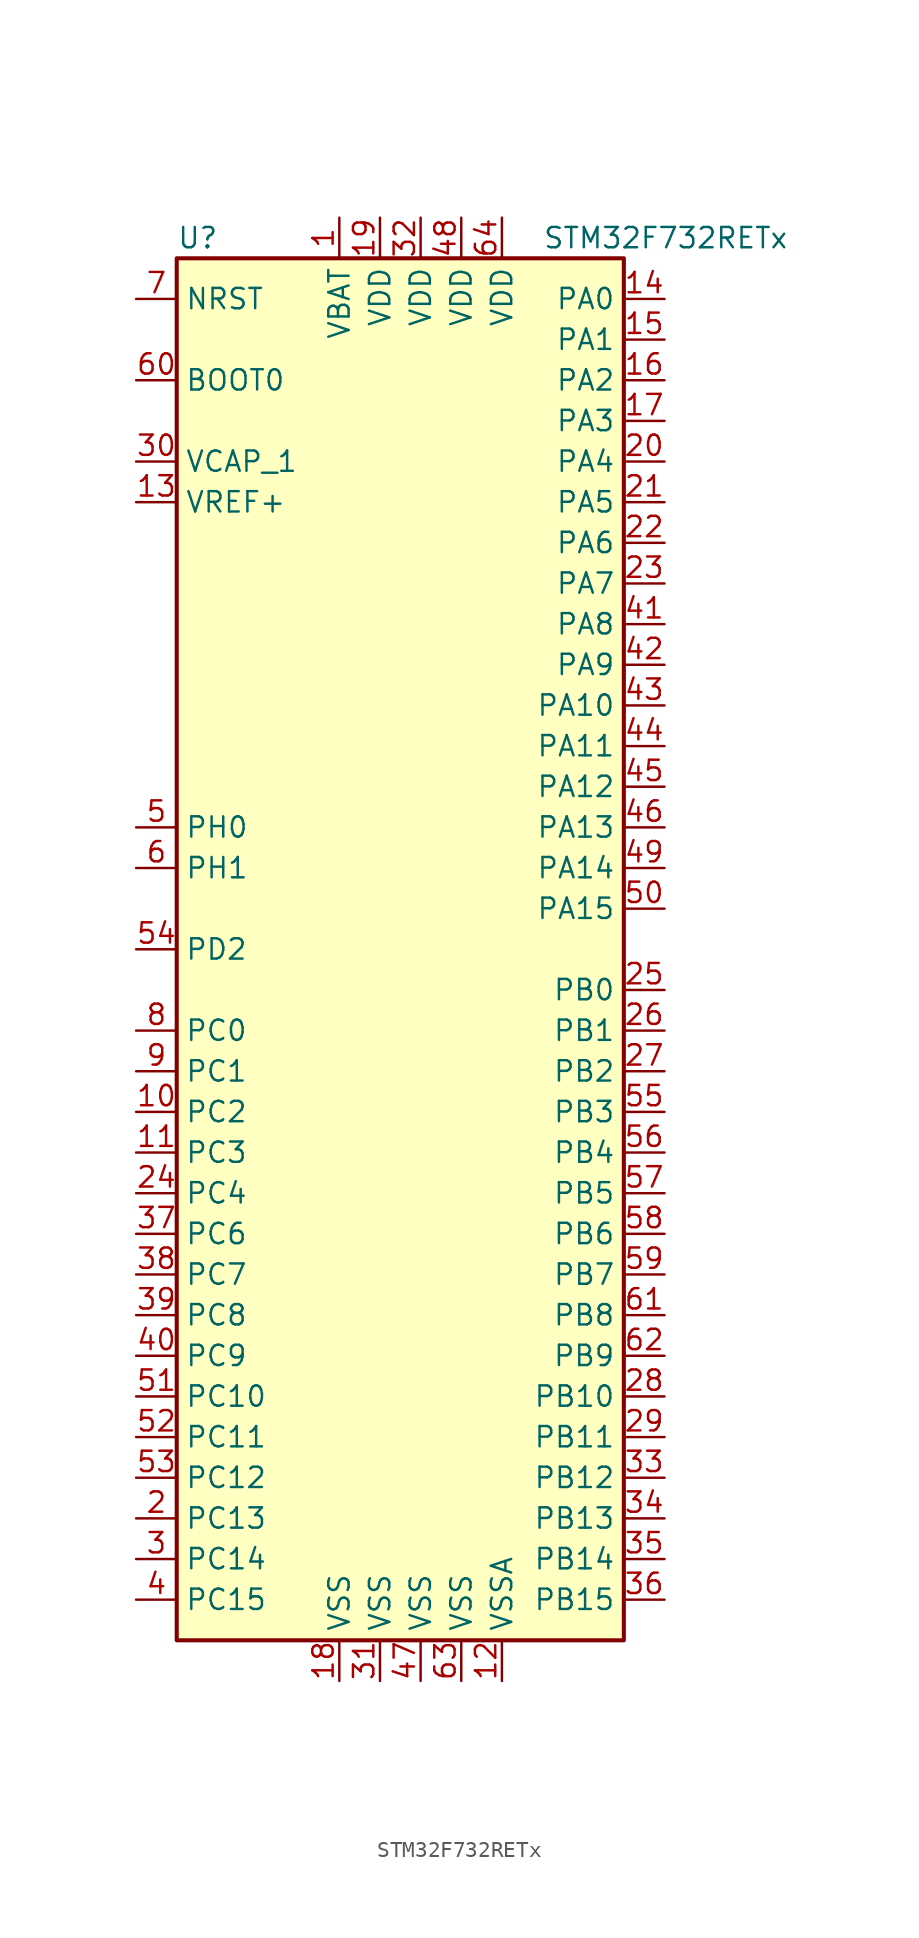
<source format=kicad_sym>
(kicad_symbol_lib
  (version 20201005)
  (generator kicad_symbol_editor)
  (symbol "STM32F732RETx"
    (property "Reference" "U"
      (at -15.24 44.45 0)
      (effects (font (size 1.27 1.27)) (justify left)))
    (property "Value" "STM32F732RETx"
      (at 7.62 44.45 0)
      (effects (font (size 1.27 1.27)) (justify left)))
    (symbol "STM32F732RETx_0_1"
      (rectangle (start -15.24 -43.18) (end 12.7 43.18) (stroke (width 0.254)) (fill (type background))))
    (symbol "STM32F732RETx_1_1"
      (pin input line (at -17.78 35.56 0) (length 2.54) (name "BOOT0" (effects (font (size 1.27 1.27)))) (number "60" (effects (font (size 1.27 1.27)))))
      (pin input line (at -17.78 40.64 0) (length 2.54) (name "NRST" (effects (font (size 1.27 1.27)))) (number "7" (effects (font (size 1.27 1.27)))))
      (pin bidirectional line (at 15.24 40.64 180) (length 2.54) (name "PA0" (effects (font (size 1.27 1.27)))) (number "14" (effects (font (size 1.27 1.27)))))
      (pin bidirectional line (at 15.24 38.1 180) (length 2.54) (name "PA1" (effects (font (size 1.27 1.27)))) (number "15" (effects (font (size 1.27 1.27)))))
      (pin bidirectional line (at 15.24 15.24 180) (length 2.54) (name "PA10" (effects (font (size 1.27 1.27)))) (number "43" (effects (font (size 1.27 1.27)))))
      (pin bidirectional line (at 15.24 12.7 180) (length 2.54) (name "PA11" (effects (font (size 1.27 1.27)))) (number "44" (effects (font (size 1.27 1.27)))))
      (pin bidirectional line (at 15.24 10.16 180) (length 2.54) (name "PA12" (effects (font (size 1.27 1.27)))) (number "45" (effects (font (size 1.27 1.27)))))
      (pin bidirectional line (at 15.24 7.62 180) (length 2.54) (name "PA13" (effects (font (size 1.27 1.27)))) (number "46" (effects (font (size 1.27 1.27)))))
      (pin bidirectional line (at 15.24 5.08 180) (length 2.54) (name "PA14" (effects (font (size 1.27 1.27)))) (number "49" (effects (font (size 1.27 1.27)))))
      (pin bidirectional line (at 15.24 2.54 180) (length 2.54) (name "PA15" (effects (font (size 1.27 1.27)))) (number "50" (effects (font (size 1.27 1.27)))))
      (pin bidirectional line (at 15.24 35.56 180) (length 2.54) (name "PA2" (effects (font (size 1.27 1.27)))) (number "16" (effects (font (size 1.27 1.27)))))
      (pin bidirectional line (at 15.24 33.02 180) (length 2.54) (name "PA3" (effects (font (size 1.27 1.27)))) (number "17" (effects (font (size 1.27 1.27)))))
      (pin bidirectional line (at 15.24 30.48 180) (length 2.54) (name "PA4" (effects (font (size 1.27 1.27)))) (number "20" (effects (font (size 1.27 1.27)))))
      (pin bidirectional line (at 15.24 27.94 180) (length 2.54) (name "PA5" (effects (font (size 1.27 1.27)))) (number "21" (effects (font (size 1.27 1.27)))))
      (pin bidirectional line (at 15.24 25.4 180) (length 2.54) (name "PA6" (effects (font (size 1.27 1.27)))) (number "22" (effects (font (size 1.27 1.27)))))
      (pin bidirectional line (at 15.24 22.86 180) (length 2.54) (name "PA7" (effects (font (size 1.27 1.27)))) (number "23" (effects (font (size 1.27 1.27)))))
      (pin bidirectional line (at 15.24 20.32 180) (length 2.54) (name "PA8" (effects (font (size 1.27 1.27)))) (number "41" (effects (font (size 1.27 1.27)))))
      (pin bidirectional line (at 15.24 17.78 180) (length 2.54) (name "PA9" (effects (font (size 1.27 1.27)))) (number "42" (effects (font (size 1.27 1.27)))))
      (pin bidirectional line (at 15.24 -2.54 180) (length 2.54) (name "PB0" (effects (font (size 1.27 1.27)))) (number "25" (effects (font (size 1.27 1.27)))))
      (pin bidirectional line (at 15.24 -5.08 180) (length 2.54) (name "PB1" (effects (font (size 1.27 1.27)))) (number "26" (effects (font (size 1.27 1.27)))))
      (pin bidirectional line (at 15.24 -27.94 180) (length 2.54) (name "PB10" (effects (font (size 1.27 1.27)))) (number "28" (effects (font (size 1.27 1.27)))))
      (pin bidirectional line (at 15.24 -30.48 180) (length 2.54) (name "PB11" (effects (font (size 1.27 1.27)))) (number "29" (effects (font (size 1.27 1.27)))))
      (pin bidirectional line (at 15.24 -33.02 180) (length 2.54) (name "PB12" (effects (font (size 1.27 1.27)))) (number "33" (effects (font (size 1.27 1.27)))))
      (pin bidirectional line (at 15.24 -35.56 180) (length 2.54) (name "PB13" (effects (font (size 1.27 1.27)))) (number "34" (effects (font (size 1.27 1.27)))))
      (pin bidirectional line (at 15.24 -38.1 180) (length 2.54) (name "PB14" (effects (font (size 1.27 1.27)))) (number "35" (effects (font (size 1.27 1.27)))))
      (pin bidirectional line (at 15.24 -40.64 180) (length 2.54) (name "PB15" (effects (font (size 1.27 1.27)))) (number "36" (effects (font (size 1.27 1.27)))))
      (pin bidirectional line (at 15.24 -7.62 180) (length 2.54) (name "PB2" (effects (font (size 1.27 1.27)))) (number "27" (effects (font (size 1.27 1.27)))))
      (pin bidirectional line (at 15.24 -10.16 180) (length 2.54) (name "PB3" (effects (font (size 1.27 1.27)))) (number "55" (effects (font (size 1.27 1.27)))))
      (pin bidirectional line (at 15.24 -12.7 180) (length 2.54) (name "PB4" (effects (font (size 1.27 1.27)))) (number "56" (effects (font (size 1.27 1.27)))))
      (pin bidirectional line (at 15.24 -15.24 180) (length 2.54) (name "PB5" (effects (font (size 1.27 1.27)))) (number "57" (effects (font (size 1.27 1.27)))))
      (pin bidirectional line (at 15.24 -17.78 180) (length 2.54) (name "PB6" (effects (font (size 1.27 1.27)))) (number "58" (effects (font (size 1.27 1.27)))))
      (pin bidirectional line (at 15.24 -20.32 180) (length 2.54) (name "PB7" (effects (font (size 1.27 1.27)))) (number "59" (effects (font (size 1.27 1.27)))))
      (pin bidirectional line (at 15.24 -22.86 180) (length 2.54) (name "PB8" (effects (font (size 1.27 1.27)))) (number "61" (effects (font (size 1.27 1.27)))))
      (pin bidirectional line (at 15.24 -25.4 180) (length 2.54) (name "PB9" (effects (font (size 1.27 1.27)))) (number "62" (effects (font (size 1.27 1.27)))))
      (pin bidirectional line (at -17.78 -5.08 0) (length 2.54) (name "PC0" (effects (font (size 1.27 1.27)))) (number "8" (effects (font (size 1.27 1.27)))))
      (pin bidirectional line (at -17.78 -7.62 0) (length 2.54) (name "PC1" (effects (font (size 1.27 1.27)))) (number "9" (effects (font (size 1.27 1.27)))))
      (pin bidirectional line (at -17.78 -27.94 0) (length 2.54) (name "PC10" (effects (font (size 1.27 1.27)))) (number "51" (effects (font (size 1.27 1.27)))))
      (pin bidirectional line (at -17.78 -30.48 0) (length 2.54) (name "PC11" (effects (font (size 1.27 1.27)))) (number "52" (effects (font (size 1.27 1.27)))))
      (pin bidirectional line (at -17.78 -33.02 0) (length 2.54) (name "PC12" (effects (font (size 1.27 1.27)))) (number "53" (effects (font (size 1.27 1.27)))))
      (pin bidirectional line (at -17.78 -35.56 0) (length 2.54) (name "PC13" (effects (font (size 1.27 1.27)))) (number "2" (effects (font (size 1.27 1.27)))))
      (pin bidirectional line (at -17.78 -38.1 0) (length 2.54) (name "PC14" (effects (font (size 1.27 1.27)))) (number "3" (effects (font (size 1.27 1.27)))))
      (pin bidirectional line (at -17.78 -40.64 0) (length 2.54) (name "PC15" (effects (font (size 1.27 1.27)))) (number "4" (effects (font (size 1.27 1.27)))))
      (pin bidirectional line (at -17.78 -10.16 0) (length 2.54) (name "PC2" (effects (font (size 1.27 1.27)))) (number "10" (effects (font (size 1.27 1.27)))))
      (pin bidirectional line (at -17.78 -12.7 0) (length 2.54) (name "PC3" (effects (font (size 1.27 1.27)))) (number "11" (effects (font (size 1.27 1.27)))))
      (pin bidirectional line (at -17.78 -15.24 0) (length 2.54) (name "PC4" (effects (font (size 1.27 1.27)))) (number "24" (effects (font (size 1.27 1.27)))))
      (pin bidirectional line (at -17.78 -17.78 0) (length 2.54) (name "PC6" (effects (font (size 1.27 1.27)))) (number "37" (effects (font (size 1.27 1.27)))))
      (pin bidirectional line (at -17.78 -20.32 0) (length 2.54) (name "PC7" (effects (font (size 1.27 1.27)))) (number "38" (effects (font (size 1.27 1.27)))))
      (pin bidirectional line (at -17.78 -22.86 0) (length 2.54) (name "PC8" (effects (font (size 1.27 1.27)))) (number "39" (effects (font (size 1.27 1.27)))))
      (pin bidirectional line (at -17.78 -25.4 0) (length 2.54) (name "PC9" (effects (font (size 1.27 1.27)))) (number "40" (effects (font (size 1.27 1.27)))))
      (pin bidirectional line (at -17.78 0 0) (length 2.54) (name "PD2" (effects (font (size 1.27 1.27)))) (number "54" (effects (font (size 1.27 1.27)))))
      (pin input line (at -17.78 7.62 0) (length 2.54) (name "PH0" (effects (font (size 1.27 1.27)))) (number "5" (effects (font (size 1.27 1.27)))))
      (pin input line (at -17.78 5.08 0) (length 2.54) (name "PH1" (effects (font (size 1.27 1.27)))) (number "6" (effects (font (size 1.27 1.27)))))
      (pin power_in line (at -5.08 45.72 270) (length 2.54) (name "VBAT" (effects (font (size 1.27 1.27)))) (number "1" (effects (font (size 1.27 1.27)))))
      (pin power_in line (at -17.78 30.48 0) (length 2.54) (name "VCAP_1" (effects (font (size 1.27 1.27)))) (number "30" (effects (font (size 1.27 1.27)))))
      (pin power_in line (at -2.54 45.72 270) (length 2.54) (name "VDD" (effects (font (size 1.27 1.27)))) (number "19" (effects (font (size 1.27 1.27)))))
      (pin power_in line (at 0 45.72 270) (length 2.54) (name "VDD" (effects (font (size 1.27 1.27)))) (number "32" (effects (font (size 1.27 1.27)))))
      (pin power_in line (at 2.54 45.72 270) (length 2.54) (name "VDD" (effects (font (size 1.27 1.27)))) (number "48" (effects (font (size 1.27 1.27)))))
      (pin power_in line (at 5.08 45.72 270) (length 2.54) (name "VDD" (effects (font (size 1.27 1.27)))) (number "64" (effects (font (size 1.27 1.27)))))
      (pin power_in line (at -17.78 27.94 0) (length 2.54) (name "VREF+" (effects (font (size 1.27 1.27)))) (number "13" (effects (font (size 1.27 1.27)))))
      (pin power_in line (at -5.08 -45.72 90) (length 2.54) (name "VSS" (effects (font (size 1.27 1.27)))) (number "18" (effects (font (size 1.27 1.27)))))
      (pin power_in line (at -2.54 -45.72 90) (length 2.54) (name "VSS" (effects (font (size 1.27 1.27)))) (number "31" (effects (font (size 1.27 1.27)))))
      (pin power_in line (at 0 -45.72 90) (length 2.54) (name "VSS" (effects (font (size 1.27 1.27)))) (number "47" (effects (font (size 1.27 1.27)))))
      (pin power_in line (at 2.54 -45.72 90) (length 2.54) (name "VSS" (effects (font (size 1.27 1.27)))) (number "63" (effects (font (size 1.27 1.27)))))
      (pin power_in line (at 5.08 -45.72 90) (length 2.54) (name "VSSA" (effects (font (size 1.27 1.27)))) (number "12" (effects (font (size 1.27 1.27))))))))
</source>
